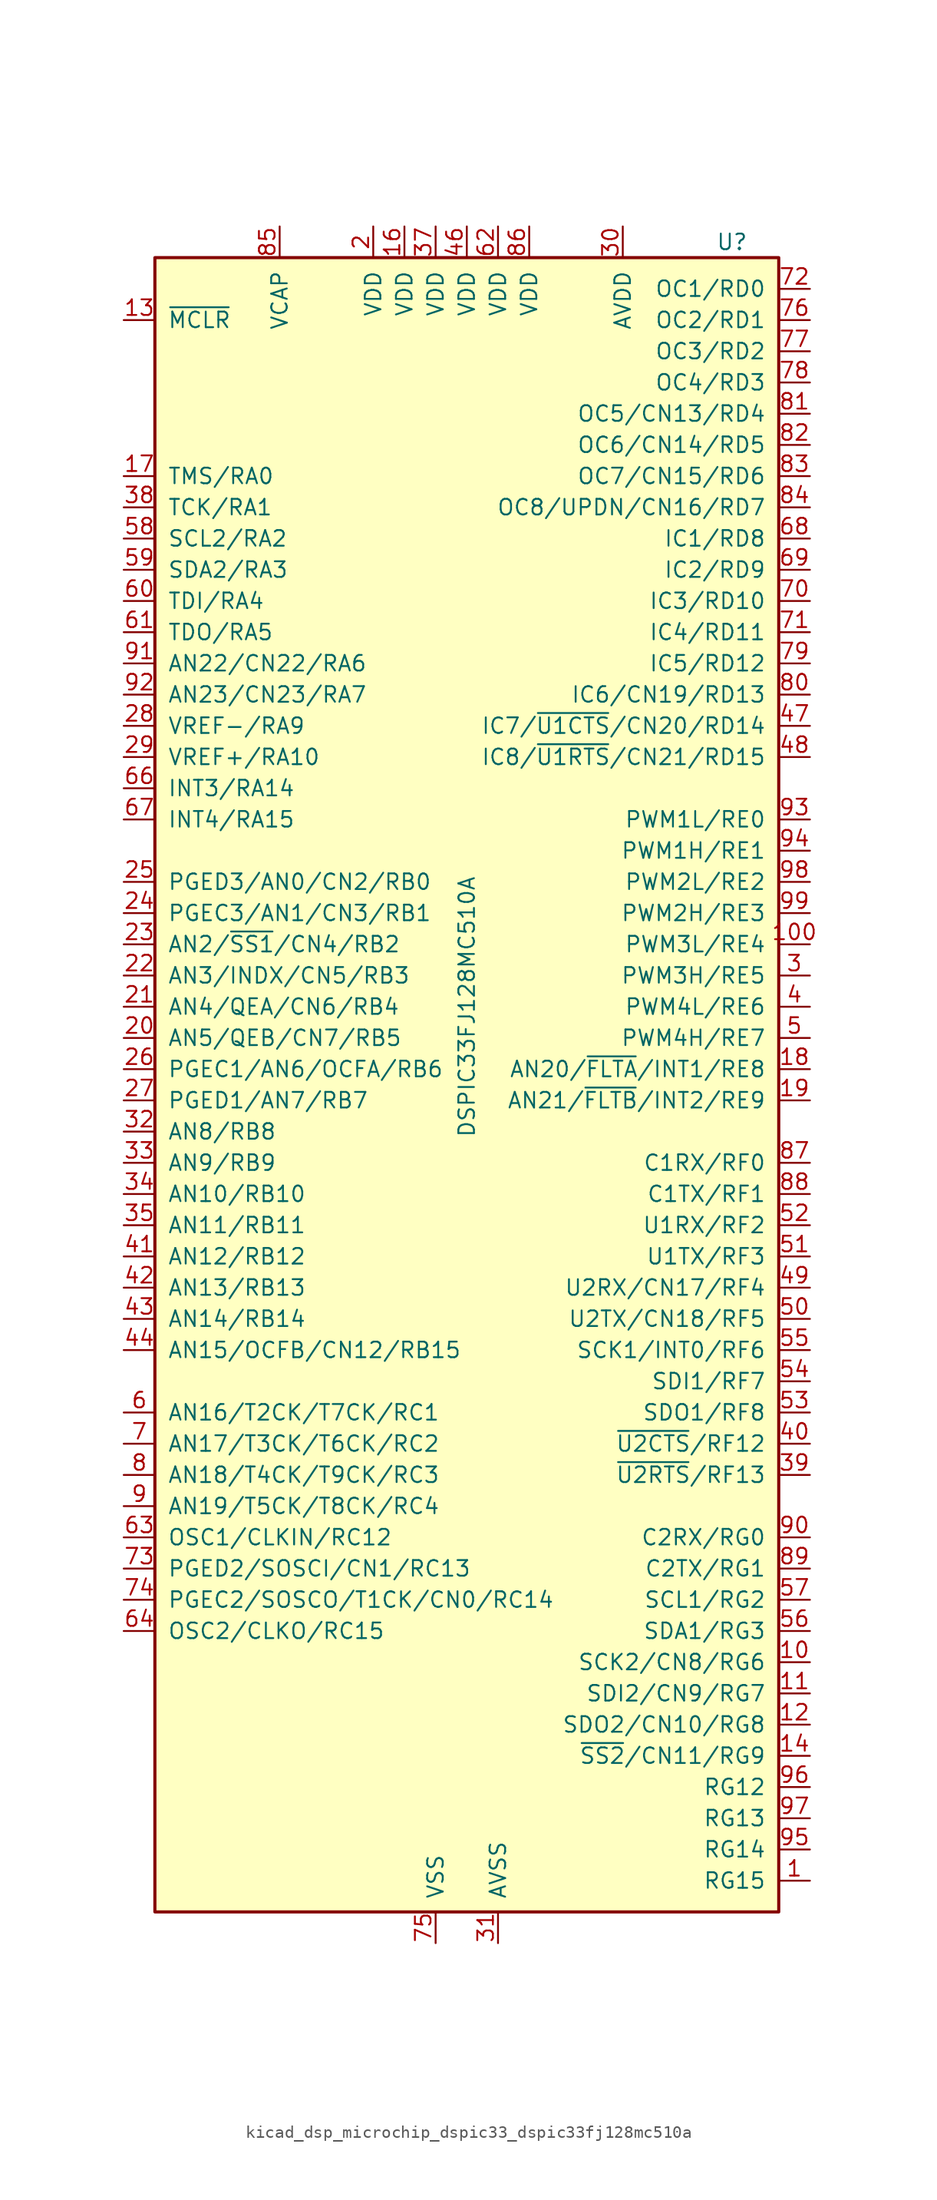
<source format=kicad_sym>
(kicad_symbol_lib
  (version 20220914)
  (generator kicad_symbol_editor)
  (symbol "kicad_dsp_microchip_dspic33_dspic33fj128mc510a"
    (pin_names
      (offset 1.016))
    (property "Reference" "U"
      (at 21.59 69.85 0)
      (effects (font (size 1.27 1.27))))
    (property "Value" "DSPIC33FJ128MC510A"
      (at 0 7.62 90)
      (effects (font (size 1.27 1.27))))
    (symbol "kicad_dsp_microchip_dspic33_dspic33fj128mc510a_0_1"
      (rectangle (start -25.4 68.58) (end 25.4 -66.04) (stroke (width 0.254) (type default)) (fill (type background))))
    (symbol "kicad_dsp_microchip_dspic33_dspic33fj128mc510a_1_1"
      (pin bidirectional line (at 27.94 -63.5 180) (length 2.54) (name "RG15" (effects (font (size 1.27 1.27)))) (number "1" (effects (font (size 1.27 1.27)))))
      (pin bidirectional line (at 27.94 -45.72 180) (length 2.54) (name "SCK2/CN8/RG6" (effects (font (size 1.27 1.27)))) (number "10" (effects (font (size 1.27 1.27)))))
      (pin bidirectional line (at 27.94 12.7 180) (length 2.54) (name "PWM3L/RE4" (effects (font (size 1.27 1.27)))) (number "100" (effects (font (size 1.27 1.27)))))
      (pin bidirectional line (at 27.94 -48.26 180) (length 2.54) (name "SDI2/CN9/RG7" (effects (font (size 1.27 1.27)))) (number "11" (effects (font (size 1.27 1.27)))))
      (pin bidirectional line (at 27.94 -50.8 180) (length 2.54) (name "SDO2/CN10/RG8" (effects (font (size 1.27 1.27)))) (number "12" (effects (font (size 1.27 1.27)))))
      (pin input line (at -27.94 63.5 0) (length 2.54) (name "~{MCLR}" (effects (font (size 1.27 1.27)))) (number "13" (effects (font (size 1.27 1.27)))))
      (pin bidirectional line (at 27.94 -53.34 180) (length 2.54) (name "~{SS2}/CN11/RG9" (effects (font (size 1.27 1.27)))) (number "14" (effects (font (size 1.27 1.27)))))
      (pin passive line (at -2.54 -68.58 90) (length 2.54) hide (name "VSS" (effects (font (size 1.27 1.27)))) (number "15" (effects (font (size 1.27 1.27)))))
      (pin power_in line (at -5.08 71.12 270) (length 2.54) (name "VDD" (effects (font (size 1.27 1.27)))) (number "16" (effects (font (size 1.27 1.27)))))
      (pin bidirectional line (at -27.94 50.8 0) (length 2.54) (name "TMS/RA0" (effects (font (size 1.27 1.27)))) (number "17" (effects (font (size 1.27 1.27)))))
      (pin bidirectional line (at 27.94 2.54 180) (length 2.54) (name "AN20/~{FLTA}/INT1/RE8" (effects (font (size 1.27 1.27)))) (number "18" (effects (font (size 1.27 1.27)))))
      (pin bidirectional line (at 27.94 0 180) (length 2.54) (name "AN21/~{FLTB}/INT2/RE9" (effects (font (size 1.27 1.27)))) (number "19" (effects (font (size 1.27 1.27)))))
      (pin power_in line (at -7.62 71.12 270) (length 2.54) (name "VDD" (effects (font (size 1.27 1.27)))) (number "2" (effects (font (size 1.27 1.27)))))
      (pin bidirectional line (at -27.94 5.08 0) (length 2.54) (name "AN5/QEB/CN7/RB5" (effects (font (size 1.27 1.27)))) (number "20" (effects (font (size 1.27 1.27)))))
      (pin bidirectional line (at -27.94 7.62 0) (length 2.54) (name "AN4/QEA/CN6/RB4" (effects (font (size 1.27 1.27)))) (number "21" (effects (font (size 1.27 1.27)))))
      (pin bidirectional line (at -27.94 10.16 0) (length 2.54) (name "AN3/INDX/CN5/RB3" (effects (font (size 1.27 1.27)))) (number "22" (effects (font (size 1.27 1.27)))))
      (pin bidirectional line (at -27.94 12.7 0) (length 2.54) (name "AN2/~{SS1}/CN4/RB2" (effects (font (size 1.27 1.27)))) (number "23" (effects (font (size 1.27 1.27)))))
      (pin bidirectional line (at -27.94 15.24 0) (length 2.54) (name "PGEC3/AN1/CN3/RB1" (effects (font (size 1.27 1.27)))) (number "24" (effects (font (size 1.27 1.27)))))
      (pin bidirectional line (at -27.94 17.78 0) (length 2.54) (name "PGED3/AN0/CN2/RB0" (effects (font (size 1.27 1.27)))) (number "25" (effects (font (size 1.27 1.27)))))
      (pin bidirectional line (at -27.94 2.54 0) (length 2.54) (name "PGEC1/AN6/OCFA/RB6" (effects (font (size 1.27 1.27)))) (number "26" (effects (font (size 1.27 1.27)))))
      (pin bidirectional line (at -27.94 0 0) (length 2.54) (name "PGED1/AN7/RB7" (effects (font (size 1.27 1.27)))) (number "27" (effects (font (size 1.27 1.27)))))
      (pin bidirectional line (at -27.94 30.48 0) (length 2.54) (name "VREF-/RA9" (effects (font (size 1.27 1.27)))) (number "28" (effects (font (size 1.27 1.27)))))
      (pin bidirectional line (at -27.94 27.94 0) (length 2.54) (name "VREF+/RA10" (effects (font (size 1.27 1.27)))) (number "29" (effects (font (size 1.27 1.27)))))
      (pin bidirectional line (at 27.94 10.16 180) (length 2.54) (name "PWM3H/RE5" (effects (font (size 1.27 1.27)))) (number "3" (effects (font (size 1.27 1.27)))))
      (pin power_in line (at 12.7 71.12 270) (length 2.54) (name "AVDD" (effects (font (size 1.27 1.27)))) (number "30" (effects (font (size 1.27 1.27)))))
      (pin power_in line (at 2.54 -68.58 90) (length 2.54) (name "AVSS" (effects (font (size 1.27 1.27)))) (number "31" (effects (font (size 1.27 1.27)))))
      (pin bidirectional line (at -27.94 -2.54 0) (length 2.54) (name "AN8/RB8" (effects (font (size 1.27 1.27)))) (number "32" (effects (font (size 1.27 1.27)))))
      (pin bidirectional line (at -27.94 -5.08 0) (length 2.54) (name "AN9/RB9" (effects (font (size 1.27 1.27)))) (number "33" (effects (font (size 1.27 1.27)))))
      (pin bidirectional line (at -27.94 -7.62 0) (length 2.54) (name "AN10/RB10" (effects (font (size 1.27 1.27)))) (number "34" (effects (font (size 1.27 1.27)))))
      (pin bidirectional line (at -27.94 -10.16 0) (length 2.54) (name "AN11/RB11" (effects (font (size 1.27 1.27)))) (number "35" (effects (font (size 1.27 1.27)))))
      (pin passive line (at -2.54 -68.58 90) (length 2.54) hide (name "VSS" (effects (font (size 1.27 1.27)))) (number "36" (effects (font (size 1.27 1.27)))))
      (pin power_in line (at -2.54 71.12 270) (length 2.54) (name "VDD" (effects (font (size 1.27 1.27)))) (number "37" (effects (font (size 1.27 1.27)))))
      (pin bidirectional line (at -27.94 48.26 0) (length 2.54) (name "TCK/RA1" (effects (font (size 1.27 1.27)))) (number "38" (effects (font (size 1.27 1.27)))))
      (pin bidirectional line (at 27.94 -30.48 180) (length 2.54) (name "~{U2RTS}/RF13" (effects (font (size 1.27 1.27)))) (number "39" (effects (font (size 1.27 1.27)))))
      (pin bidirectional line (at 27.94 7.62 180) (length 2.54) (name "PWM4L/RE6" (effects (font (size 1.27 1.27)))) (number "4" (effects (font (size 1.27 1.27)))))
      (pin bidirectional line (at 27.94 -27.94 180) (length 2.54) (name "~{U2CTS}/RF12" (effects (font (size 1.27 1.27)))) (number "40" (effects (font (size 1.27 1.27)))))
      (pin bidirectional line (at -27.94 -12.7 0) (length 2.54) (name "AN12/RB12" (effects (font (size 1.27 1.27)))) (number "41" (effects (font (size 1.27 1.27)))))
      (pin bidirectional line (at -27.94 -15.24 0) (length 2.54) (name "AN13/RB13" (effects (font (size 1.27 1.27)))) (number "42" (effects (font (size 1.27 1.27)))))
      (pin bidirectional line (at -27.94 -17.78 0) (length 2.54) (name "AN14/RB14" (effects (font (size 1.27 1.27)))) (number "43" (effects (font (size 1.27 1.27)))))
      (pin bidirectional line (at -27.94 -20.32 0) (length 2.54) (name "AN15/OCFB/CN12/RB15" (effects (font (size 1.27 1.27)))) (number "44" (effects (font (size 1.27 1.27)))))
      (pin passive line (at -2.54 -68.58 90) (length 2.54) hide (name "VSS" (effects (font (size 1.27 1.27)))) (number "45" (effects (font (size 1.27 1.27)))))
      (pin power_in line (at 0 71.12 270) (length 2.54) (name "VDD" (effects (font (size 1.27 1.27)))) (number "46" (effects (font (size 1.27 1.27)))))
      (pin bidirectional line (at 27.94 30.48 180) (length 2.54) (name "IC7/~{U1CTS}/CN20/RD14" (effects (font (size 1.27 1.27)))) (number "47" (effects (font (size 1.27 1.27)))))
      (pin bidirectional line (at 27.94 27.94 180) (length 2.54) (name "IC8/~{U1RTS}/CN21/RD15" (effects (font (size 1.27 1.27)))) (number "48" (effects (font (size 1.27 1.27)))))
      (pin bidirectional line (at 27.94 -15.24 180) (length 2.54) (name "U2RX/CN17/RF4" (effects (font (size 1.27 1.27)))) (number "49" (effects (font (size 1.27 1.27)))))
      (pin bidirectional line (at 27.94 5.08 180) (length 2.54) (name "PWM4H/RE7" (effects (font (size 1.27 1.27)))) (number "5" (effects (font (size 1.27 1.27)))))
      (pin bidirectional line (at 27.94 -17.78 180) (length 2.54) (name "U2TX/CN18/RF5" (effects (font (size 1.27 1.27)))) (number "50" (effects (font (size 1.27 1.27)))))
      (pin bidirectional line (at 27.94 -12.7 180) (length 2.54) (name "U1TX/RF3" (effects (font (size 1.27 1.27)))) (number "51" (effects (font (size 1.27 1.27)))))
      (pin bidirectional line (at 27.94 -10.16 180) (length 2.54) (name "U1RX/RF2" (effects (font (size 1.27 1.27)))) (number "52" (effects (font (size 1.27 1.27)))))
      (pin bidirectional line (at 27.94 -25.4 180) (length 2.54) (name "SDO1/RF8" (effects (font (size 1.27 1.27)))) (number "53" (effects (font (size 1.27 1.27)))))
      (pin bidirectional line (at 27.94 -22.86 180) (length 2.54) (name "SDI1/RF7" (effects (font (size 1.27 1.27)))) (number "54" (effects (font (size 1.27 1.27)))))
      (pin bidirectional line (at 27.94 -20.32 180) (length 2.54) (name "SCK1/INT0/RF6" (effects (font (size 1.27 1.27)))) (number "55" (effects (font (size 1.27 1.27)))))
      (pin bidirectional line (at 27.94 -43.18 180) (length 2.54) (name "SDA1/RG3" (effects (font (size 1.27 1.27)))) (number "56" (effects (font (size 1.27 1.27)))))
      (pin bidirectional line (at 27.94 -40.64 180) (length 2.54) (name "SCL1/RG2" (effects (font (size 1.27 1.27)))) (number "57" (effects (font (size 1.27 1.27)))))
      (pin bidirectional line (at -27.94 45.72 0) (length 2.54) (name "SCL2/RA2" (effects (font (size 1.27 1.27)))) (number "58" (effects (font (size 1.27 1.27)))))
      (pin bidirectional line (at -27.94 43.18 0) (length 2.54) (name "SDA2/RA3" (effects (font (size 1.27 1.27)))) (number "59" (effects (font (size 1.27 1.27)))))
      (pin bidirectional line (at -27.94 -25.4 0) (length 2.54) (name "AN16/T2CK/T7CK/RC1" (effects (font (size 1.27 1.27)))) (number "6" (effects (font (size 1.27 1.27)))))
      (pin bidirectional line (at -27.94 40.64 0) (length 2.54) (name "TDI/RA4" (effects (font (size 1.27 1.27)))) (number "60" (effects (font (size 1.27 1.27)))))
      (pin bidirectional line (at -27.94 38.1 0) (length 2.54) (name "TDO/RA5" (effects (font (size 1.27 1.27)))) (number "61" (effects (font (size 1.27 1.27)))))
      (pin power_in line (at 2.54 71.12 270) (length 2.54) (name "VDD" (effects (font (size 1.27 1.27)))) (number "62" (effects (font (size 1.27 1.27)))))
      (pin bidirectional line (at -27.94 -35.56 0) (length 2.54) (name "OSC1/CLKIN/RC12" (effects (font (size 1.27 1.27)))) (number "63" (effects (font (size 1.27 1.27)))))
      (pin bidirectional line (at -27.94 -43.18 0) (length 2.54) (name "OSC2/CLKO/RC15" (effects (font (size 1.27 1.27)))) (number "64" (effects (font (size 1.27 1.27)))))
      (pin passive line (at -2.54 -68.58 90) (length 2.54) hide (name "VSS" (effects (font (size 1.27 1.27)))) (number "65" (effects (font (size 1.27 1.27)))))
      (pin bidirectional line (at -27.94 25.4 0) (length 2.54) (name "INT3/RA14" (effects (font (size 1.27 1.27)))) (number "66" (effects (font (size 1.27 1.27)))))
      (pin bidirectional line (at -27.94 22.86 0) (length 2.54) (name "INT4/RA15" (effects (font (size 1.27 1.27)))) (number "67" (effects (font (size 1.27 1.27)))))
      (pin bidirectional line (at 27.94 45.72 180) (length 2.54) (name "IC1/RD8" (effects (font (size 1.27 1.27)))) (number "68" (effects (font (size 1.27 1.27)))))
      (pin bidirectional line (at 27.94 43.18 180) (length 2.54) (name "IC2/RD9" (effects (font (size 1.27 1.27)))) (number "69" (effects (font (size 1.27 1.27)))))
      (pin bidirectional line (at -27.94 -27.94 0) (length 2.54) (name "AN17/T3CK/T6CK/RC2" (effects (font (size 1.27 1.27)))) (number "7" (effects (font (size 1.27 1.27)))))
      (pin bidirectional line (at 27.94 40.64 180) (length 2.54) (name "IC3/RD10" (effects (font (size 1.27 1.27)))) (number "70" (effects (font (size 1.27 1.27)))))
      (pin bidirectional line (at 27.94 38.1 180) (length 2.54) (name "IC4/RD11" (effects (font (size 1.27 1.27)))) (number "71" (effects (font (size 1.27 1.27)))))
      (pin bidirectional line (at 27.94 66.04 180) (length 2.54) (name "OC1/RD0" (effects (font (size 1.27 1.27)))) (number "72" (effects (font (size 1.27 1.27)))))
      (pin bidirectional line (at -27.94 -38.1 0) (length 2.54) (name "PGED2/SOSCI/CN1/RC13" (effects (font (size 1.27 1.27)))) (number "73" (effects (font (size 1.27 1.27)))))
      (pin bidirectional line (at -27.94 -40.64 0) (length 2.54) (name "PGEC2/SOSCO/T1CK/CN0/RC14" (effects (font (size 1.27 1.27)))) (number "74" (effects (font (size 1.27 1.27)))))
      (pin power_in line (at -2.54 -68.58 90) (length 2.54) (name "VSS" (effects (font (size 1.27 1.27)))) (number "75" (effects (font (size 1.27 1.27)))))
      (pin bidirectional line (at 27.94 63.5 180) (length 2.54) (name "OC2/RD1" (effects (font (size 1.27 1.27)))) (number "76" (effects (font (size 1.27 1.27)))))
      (pin bidirectional line (at 27.94 60.96 180) (length 2.54) (name "OC3/RD2" (effects (font (size 1.27 1.27)))) (number "77" (effects (font (size 1.27 1.27)))))
      (pin bidirectional line (at 27.94 58.42 180) (length 2.54) (name "OC4/RD3" (effects (font (size 1.27 1.27)))) (number "78" (effects (font (size 1.27 1.27)))))
      (pin bidirectional line (at 27.94 35.56 180) (length 2.54) (name "IC5/RD12" (effects (font (size 1.27 1.27)))) (number "79" (effects (font (size 1.27 1.27)))))
      (pin bidirectional line (at -27.94 -30.48 0) (length 2.54) (name "AN18/T4CK/T9CK/RC3" (effects (font (size 1.27 1.27)))) (number "8" (effects (font (size 1.27 1.27)))))
      (pin bidirectional line (at 27.94 33.02 180) (length 2.54) (name "IC6/CN19/RD13" (effects (font (size 1.27 1.27)))) (number "80" (effects (font (size 1.27 1.27)))))
      (pin bidirectional line (at 27.94 55.88 180) (length 2.54) (name "OC5/CN13/RD4" (effects (font (size 1.27 1.27)))) (number "81" (effects (font (size 1.27 1.27)))))
      (pin bidirectional line (at 27.94 53.34 180) (length 2.54) (name "OC6/CN14/RD5" (effects (font (size 1.27 1.27)))) (number "82" (effects (font (size 1.27 1.27)))))
      (pin bidirectional line (at 27.94 50.8 180) (length 2.54) (name "OC7/CN15/RD6" (effects (font (size 1.27 1.27)))) (number "83" (effects (font (size 1.27 1.27)))))
      (pin bidirectional line (at 27.94 48.26 180) (length 2.54) (name "OC8/UPDN/CN16/RD7" (effects (font (size 1.27 1.27)))) (number "84" (effects (font (size 1.27 1.27)))))
      (pin passive line (at -15.24 71.12 270) (length 2.54) (name "VCAP" (effects (font (size 1.27 1.27)))) (number "85" (effects (font (size 1.27 1.27)))))
      (pin power_in line (at 5.08 71.12 270) (length 2.54) (name "VDD" (effects (font (size 1.27 1.27)))) (number "86" (effects (font (size 1.27 1.27)))))
      (pin bidirectional line (at 27.94 -5.08 180) (length 2.54) (name "C1RX/RF0" (effects (font (size 1.27 1.27)))) (number "87" (effects (font (size 1.27 1.27)))))
      (pin bidirectional line (at 27.94 -7.62 180) (length 2.54) (name "C1TX/RF1" (effects (font (size 1.27 1.27)))) (number "88" (effects (font (size 1.27 1.27)))))
      (pin bidirectional line (at 27.94 -38.1 180) (length 2.54) (name "C2TX/RG1" (effects (font (size 1.27 1.27)))) (number "89" (effects (font (size 1.27 1.27)))))
      (pin bidirectional line (at -27.94 -33.02 0) (length 2.54) (name "AN19/T5CK/T8CK/RC4" (effects (font (size 1.27 1.27)))) (number "9" (effects (font (size 1.27 1.27)))))
      (pin bidirectional line (at 27.94 -35.56 180) (length 2.54) (name "C2RX/RG0" (effects (font (size 1.27 1.27)))) (number "90" (effects (font (size 1.27 1.27)))))
      (pin bidirectional line (at -27.94 35.56 0) (length 2.54) (name "AN22/CN22/RA6" (effects (font (size 1.27 1.27)))) (number "91" (effects (font (size 1.27 1.27)))))
      (pin bidirectional line (at -27.94 33.02 0) (length 2.54) (name "AN23/CN23/RA7" (effects (font (size 1.27 1.27)))) (number "92" (effects (font (size 1.27 1.27)))))
      (pin bidirectional line (at 27.94 22.86 180) (length 2.54) (name "PWM1L/RE0" (effects (font (size 1.27 1.27)))) (number "93" (effects (font (size 1.27 1.27)))))
      (pin bidirectional line (at 27.94 20.32 180) (length 2.54) (name "PWM1H/RE1" (effects (font (size 1.27 1.27)))) (number "94" (effects (font (size 1.27 1.27)))))
      (pin bidirectional line (at 27.94 -60.96 180) (length 2.54) (name "RG14" (effects (font (size 1.27 1.27)))) (number "95" (effects (font (size 1.27 1.27)))))
      (pin bidirectional line (at 27.94 -55.88 180) (length 2.54) (name "RG12" (effects (font (size 1.27 1.27)))) (number "96" (effects (font (size 1.27 1.27)))))
      (pin bidirectional line (at 27.94 -58.42 180) (length 2.54) (name "RG13" (effects (font (size 1.27 1.27)))) (number "97" (effects (font (size 1.27 1.27)))))
      (pin bidirectional line (at 27.94 17.78 180) (length 2.54) (name "PWM2L/RE2" (effects (font (size 1.27 1.27)))) (number "98" (effects (font (size 1.27 1.27)))))
      (pin bidirectional line (at 27.94 15.24 180) (length 2.54) (name "PWM2H/RE3" (effects (font (size 1.27 1.27)))) (number "99" (effects (font (size 1.27 1.27))))))))
</source>
